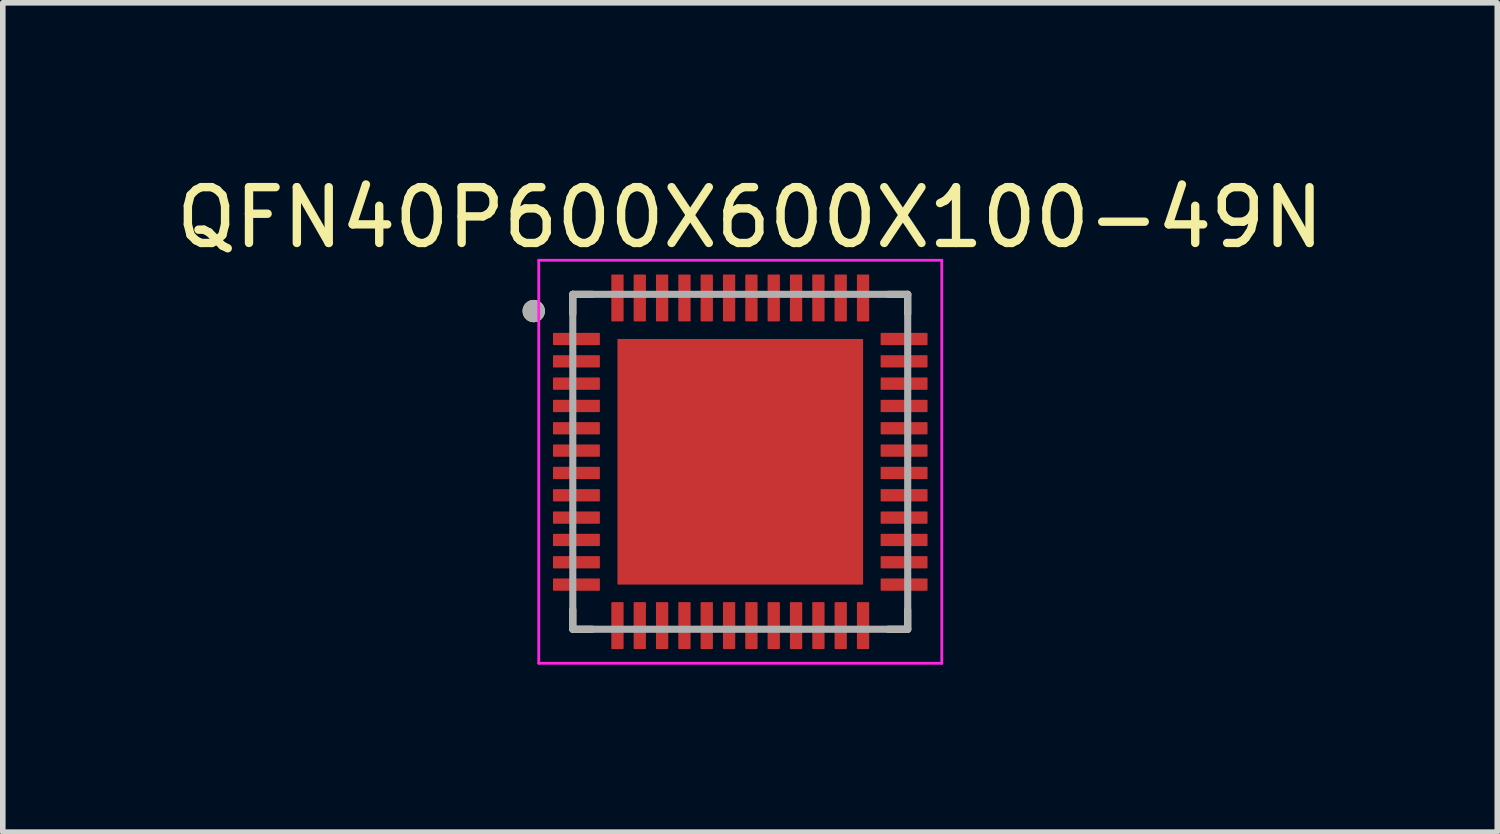
<source format=kicad_pcb>
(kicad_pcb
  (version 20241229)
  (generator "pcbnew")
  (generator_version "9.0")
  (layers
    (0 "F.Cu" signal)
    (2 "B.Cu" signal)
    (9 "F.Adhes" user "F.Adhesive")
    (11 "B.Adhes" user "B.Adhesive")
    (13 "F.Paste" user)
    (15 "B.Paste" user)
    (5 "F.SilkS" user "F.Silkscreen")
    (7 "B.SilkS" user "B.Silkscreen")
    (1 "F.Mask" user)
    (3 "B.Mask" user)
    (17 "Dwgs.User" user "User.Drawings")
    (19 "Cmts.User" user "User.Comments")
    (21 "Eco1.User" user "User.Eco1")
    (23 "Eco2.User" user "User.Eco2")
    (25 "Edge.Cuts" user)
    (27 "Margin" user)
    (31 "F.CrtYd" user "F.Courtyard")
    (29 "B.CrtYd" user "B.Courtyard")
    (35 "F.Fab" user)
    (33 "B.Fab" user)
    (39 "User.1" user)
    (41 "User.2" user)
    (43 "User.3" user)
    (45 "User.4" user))
  (footprint "QFN40P600X600X100-49N"
    (layer "F.Cu")
    (at 10.212 5.223)
    (property "Reference" "QFN40P600X600X100-49N" (at 0.175 -4.375 0) (layer "F.SilkS") (effects (font (size 1 1) (thickness 0.15))))
    (attr through_hole)
    (fp_line (start -3 -3) (end -2.65 -3) (stroke (width 0.127) (type solid)) (layer "F.SilkS"))
    (fp_line (start -3 -2.65) (end -3 -3) (stroke (width 0.127) (type solid)) (layer "F.SilkS"))
    (fp_line (start -3 3) (end -3 2.65) (stroke (width 0.127) (type solid)) (layer "F.SilkS"))
    (fp_line (start -2.65 3) (end -3 3) (stroke (width 0.127) (type solid)) (layer "F.SilkS"))
    (fp_line (start 2.65 -3) (end 3 -3) (stroke (width 0.127) (type solid)) (layer "F.SilkS"))
    (fp_line (start 3 -3) (end 3 -2.65) (stroke (width 0.127) (type solid)) (layer "F.SilkS"))
    (fp_line (start 3 2.65) (end 3 3) (stroke (width 0.127) (type solid)) (layer "F.SilkS"))
    (fp_line (start 3 3) (end 2.65 3) (stroke (width 0.127) (type solid)) (layer "F.SilkS"))
    (fp_circle (center -3.7 -2.7) (end -3.6 -2.7) (stroke (width 0.2) (type solid)) (fill no) (layer "F.SilkS"))
    (fp_poly (pts (xy -1.88 -1.88) (xy -0.32 -1.88) (xy -0.32 -0.32) (xy -1.88 -0.32)) (stroke (width 0.01) (type solid)) (fill yes) (layer "F.Paste"))
    (fp_poly (pts (xy -1.88 0.32) (xy -0.32 0.32) (xy -0.32 1.88) (xy -1.88 1.88)) (stroke (width 0.01) (type solid)) (fill yes) (layer "F.Paste"))
    (fp_poly (pts (xy 0.32 -1.88) (xy 1.88 -1.88) (xy 1.88 -0.32) (xy 0.32 -0.32)) (stroke (width 0.01) (type solid)) (fill yes) (layer "F.Paste"))
    (fp_poly (pts (xy 0.32 0.32) (xy 1.88 0.32) (xy 1.88 1.88) (xy 0.32 1.88)) (stroke (width 0.01) (type solid)) (fill yes) (layer "F.Paste"))
    (fp_line (start -3.61 -3.61) (end 3.61 -3.61) (stroke (width 0.05) (type solid)) (layer "F.CrtYd"))
    (fp_line (start -3.61 3.61) (end -3.61 -3.61) (stroke (width 0.05) (type solid)) (layer "F.CrtYd"))
    (fp_line (start 3.61 -3.61) (end 3.61 3.61) (stroke (width 0.05) (type solid)) (layer "F.CrtYd"))
    (fp_line (start 3.61 3.61) (end -3.61 3.61) (stroke (width 0.05) (type solid)) (layer "F.CrtYd"))
    (fp_line (start -3 -3) (end 3 -3) (stroke (width 0.127) (type solid)) (layer "F.Fab"))
    (fp_line (start -3 3) (end -3 -3) (stroke (width 0.127) (type solid)) (layer "F.Fab"))
    (fp_line (start 3 -3) (end 3 3) (stroke (width 0.127) (type solid)) (layer "F.Fab"))
    (fp_line (start 3 3) (end -3 3) (stroke (width 0.127) (type solid)) (layer "F.Fab"))
    (fp_circle (center -3.7 -2.7) (end -3.6 -2.7) (stroke (width 0.2) (type solid)) (fill no) (layer "F.Fab"))
    (pad "1" smd roundrect (at -2.935 -2.2) (size 0.84 0.22) (layers "F.Cu" "F.Mask" "F.Paste") (roundrect_rratio 0.06))
    (pad "2" smd roundrect (at -2.935 -1.8) (size 0.84 0.22) (layers "F.Cu" "F.Mask" "F.Paste") (roundrect_rratio 0.06))
    (pad "3" smd roundrect (at -2.935 -1.4) (size 0.84 0.22) (layers "F.Cu" "F.Mask" "F.Paste") (roundrect_rratio 0.06))
    (pad "4" smd roundrect (at -2.935 -1) (size 0.84 0.22) (layers "F.Cu" "F.Mask" "F.Paste") (roundrect_rratio 0.06))
    (pad "5" smd roundrect (at -2.935 -0.6) (size 0.84 0.22) (layers "F.Cu" "F.Mask" "F.Paste") (roundrect_rratio 0.06))
    (pad "6" smd roundrect (at -2.935 -0.2) (size 0.84 0.22) (layers "F.Cu" "F.Mask" "F.Paste") (roundrect_rratio 0.06))
    (pad "7" smd roundrect (at -2.935 0.2) (size 0.84 0.22) (layers "F.Cu" "F.Mask" "F.Paste") (roundrect_rratio 0.06))
    (pad "8" smd roundrect (at -2.935 0.6) (size 0.84 0.22) (layers "F.Cu" "F.Mask" "F.Paste") (roundrect_rratio 0.06))
    (pad "9" smd roundrect (at -2.935 1) (size 0.84 0.22) (layers "F.Cu" "F.Mask" "F.Paste") (roundrect_rratio 0.06))
    (pad "10" smd roundrect (at -2.935 1.4) (size 0.84 0.22) (layers "F.Cu" "F.Mask" "F.Paste") (roundrect_rratio 0.06))
    (pad "11" smd roundrect (at -2.935 1.8) (size 0.84 0.22) (layers "F.Cu" "F.Mask" "F.Paste") (roundrect_rratio 0.06))
    (pad "12" smd roundrect (at -2.935 2.2) (size 0.84 0.22) (layers "F.Cu" "F.Mask" "F.Paste") (roundrect_rratio 0.06))
    (pad "13" smd roundrect (at -2.2 2.935 90) (size 0.84 0.22) (layers "F.Cu" "F.Mask" "F.Paste") (roundrect_rratio 0.06))
    (pad "14" smd roundrect (at -1.8 2.935 90) (size 0.84 0.22) (layers "F.Cu" "F.Mask" "F.Paste") (roundrect_rratio 0.06))
    (pad "15" smd roundrect (at -1.4 2.935 90) (size 0.84 0.22) (layers "F.Cu" "F.Mask" "F.Paste") (roundrect_rratio 0.06))
    (pad "16" smd roundrect (at -1 2.935 90) (size 0.84 0.22) (layers "F.Cu" "F.Mask" "F.Paste") (roundrect_rratio 0.06))
    (pad "17" smd roundrect (at -0.6 2.935 90) (size 0.84 0.22) (layers "F.Cu" "F.Mask" "F.Paste") (roundrect_rratio 0.06))
    (pad "18" smd roundrect (at -0.2 2.935 90) (size 0.84 0.22) (layers "F.Cu" "F.Mask" "F.Paste") (roundrect_rratio 0.06))
    (pad "19" smd roundrect (at 0.2 2.935 90) (size 0.84 0.22) (layers "F.Cu" "F.Mask" "F.Paste") (roundrect_rratio 0.06))
    (pad "20" smd roundrect (at 0.6 2.935 90) (size 0.84 0.22) (layers "F.Cu" "F.Mask" "F.Paste") (roundrect_rratio 0.06))
    (pad "21" smd roundrect (at 1 2.935 90) (size 0.84 0.22) (layers "F.Cu" "F.Mask" "F.Paste") (roundrect_rratio 0.06))
    (pad "22" smd roundrect (at 1.4 2.935 90) (size 0.84 0.22) (layers "F.Cu" "F.Mask" "F.Paste") (roundrect_rratio 0.06))
    (pad "23" smd roundrect (at 1.8 2.935 90) (size 0.84 0.22) (layers "F.Cu" "F.Mask" "F.Paste") (roundrect_rratio 0.06))
    (pad "24" smd roundrect (at 2.2 2.935 90) (size 0.84 0.22) (layers "F.Cu" "F.Mask" "F.Paste") (roundrect_rratio 0.06))
    (pad "25" smd roundrect (at 2.935 2.2) (size 0.84 0.22) (layers "F.Cu" "F.Mask" "F.Paste") (roundrect_rratio 0.06))
    (pad "26" smd roundrect (at 2.935 1.8) (size 0.84 0.22) (layers "F.Cu" "F.Mask" "F.Paste") (roundrect_rratio 0.06))
    (pad "27" smd roundrect (at 2.935 1.4) (size 0.84 0.22) (layers "F.Cu" "F.Mask" "F.Paste") (roundrect_rratio 0.06))
    (pad "28" smd roundrect (at 2.935 1) (size 0.84 0.22) (layers "F.Cu" "F.Mask" "F.Paste") (roundrect_rratio 0.06))
    (pad "29" smd roundrect (at 2.935 0.6) (size 0.84 0.22) (layers "F.Cu" "F.Mask" "F.Paste") (roundrect_rratio 0.06))
    (pad "30" smd roundrect (at 2.935 0.2) (size 0.84 0.22) (layers "F.Cu" "F.Mask" "F.Paste") (roundrect_rratio 0.06))
    (pad "31" smd roundrect (at 2.935 -0.2) (size 0.84 0.22) (layers "F.Cu" "F.Mask" "F.Paste") (roundrect_rratio 0.06))
    (pad "32" smd roundrect (at 2.935 -0.6) (size 0.84 0.22) (layers "F.Cu" "F.Mask" "F.Paste") (roundrect_rratio 0.06))
    (pad "33" smd roundrect (at 2.935 -1) (size 0.84 0.22) (layers "F.Cu" "F.Mask" "F.Paste") (roundrect_rratio 0.06))
    (pad "34" smd roundrect (at 2.935 -1.4) (size 0.84 0.22) (layers "F.Cu" "F.Mask" "F.Paste") (roundrect_rratio 0.06))
    (pad "35" smd roundrect (at 2.935 -1.8) (size 0.84 0.22) (layers "F.Cu" "F.Mask" "F.Paste") (roundrect_rratio 0.06))
    (pad "36" smd roundrect (at 2.935 -2.2) (size 0.84 0.22) (layers "F.Cu" "F.Mask" "F.Paste") (roundrect_rratio 0.06))
    (pad "37" smd roundrect (at 2.2 -2.935 90) (size 0.84 0.22) (layers "F.Cu" "F.Mask" "F.Paste") (roundrect_rratio 0.06))
    (pad "38" smd roundrect (at 1.8 -2.935 90) (size 0.84 0.22) (layers "F.Cu" "F.Mask" "F.Paste") (roundrect_rratio 0.06))
    (pad "39" smd roundrect (at 1.4 -2.935 90) (size 0.84 0.22) (layers "F.Cu" "F.Mask" "F.Paste") (roundrect_rratio 0.06))
    (pad "40" smd roundrect (at 1 -2.935 90) (size 0.84 0.22) (layers "F.Cu" "F.Mask" "F.Paste") (roundrect_rratio 0.06))
    (pad "41" smd roundrect (at 0.6 -2.935 90) (size 0.84 0.22) (layers "F.Cu" "F.Mask" "F.Paste") (roundrect_rratio 0.06))
    (pad "42" smd roundrect (at 0.2 -2.935 90) (size 0.84 0.22) (layers "F.Cu" "F.Mask" "F.Paste") (roundrect_rratio 0.06))
    (pad "43" smd roundrect (at -0.2 -2.935 90) (size 0.84 0.22) (layers "F.Cu" "F.Mask" "F.Paste") (roundrect_rratio 0.06))
    (pad "44" smd roundrect (at -0.6 -2.935 90) (size 0.84 0.22) (layers "F.Cu" "F.Mask" "F.Paste") (roundrect_rratio 0.06))
    (pad "45" smd roundrect (at -1 -2.935 90) (size 0.84 0.22) (layers "F.Cu" "F.Mask" "F.Paste") (roundrect_rratio 0.06))
    (pad "46" smd roundrect (at -1.4 -2.935 90) (size 0.84 0.22) (layers "F.Cu" "F.Mask" "F.Paste") (roundrect_rratio 0.06))
    (pad "47" smd roundrect (at -1.8 -2.935 90) (size 0.84 0.22) (layers "F.Cu" "F.Mask" "F.Paste") (roundrect_rratio 0.06))
    (pad "48" smd roundrect (at -2.2 -2.935 90) (size 0.84 0.22) (layers "F.Cu" "F.Mask" "F.Paste") (roundrect_rratio 0.06))
    (pad "49" smd rect (at 0 0) (size 4.4 4.4) (layers "F.Cu" "F.Mask")))
  (gr_rect
    (start -3 -3)
    (end 23.774 11.858)
    (stroke (width 0.1) (type default))
    (fill no)
    (layer "Edge.Cuts")))
</source>
